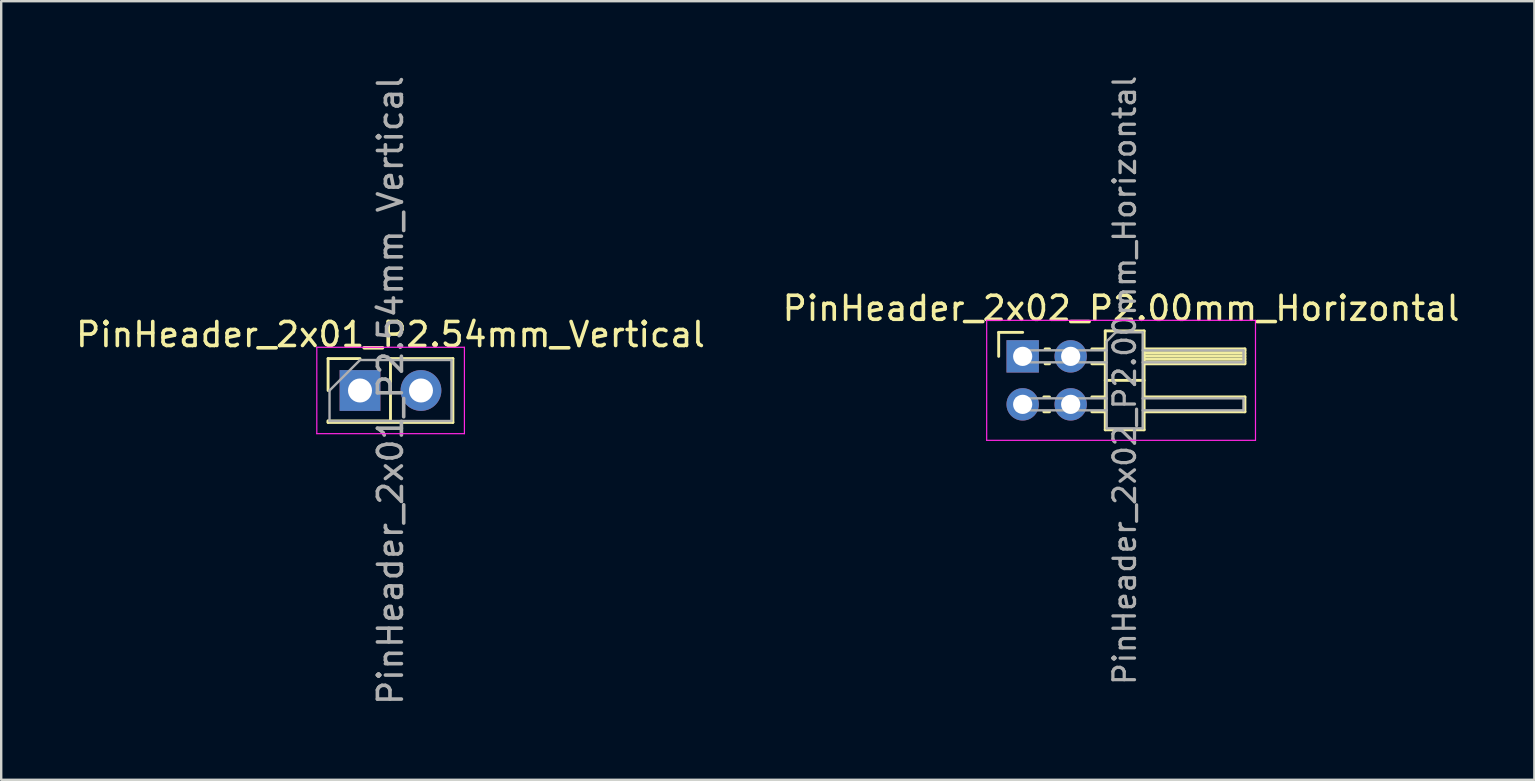
<source format=kicad_pcb>
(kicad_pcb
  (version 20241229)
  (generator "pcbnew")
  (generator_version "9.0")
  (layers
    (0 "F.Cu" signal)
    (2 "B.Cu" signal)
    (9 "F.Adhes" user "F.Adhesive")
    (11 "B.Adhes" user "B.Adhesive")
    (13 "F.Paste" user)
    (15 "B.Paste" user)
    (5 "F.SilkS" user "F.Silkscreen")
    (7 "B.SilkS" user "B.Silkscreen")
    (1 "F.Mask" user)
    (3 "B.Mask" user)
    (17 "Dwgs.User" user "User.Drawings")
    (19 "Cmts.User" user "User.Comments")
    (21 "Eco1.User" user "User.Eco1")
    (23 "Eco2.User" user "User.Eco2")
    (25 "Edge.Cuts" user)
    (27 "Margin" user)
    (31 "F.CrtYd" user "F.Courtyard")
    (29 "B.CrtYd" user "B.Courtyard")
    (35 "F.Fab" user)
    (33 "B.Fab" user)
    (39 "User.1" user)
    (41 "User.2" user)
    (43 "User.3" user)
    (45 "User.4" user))
  (footprint "PinHeader_2x01_P2.54mm_Vertical"
    (layer "F.Cu")
    (at 11.95 13.22)
    (property "Reference" "PinHeader_2x01_P2.54mm_Vertical" (at 1.27 -2.33 0) (layer "F.SilkS") (effects (font (size 1 1) (thickness 0.15))))
    (attr through_hole)
    (fp_line (start -1.33 -1.33) (end 0 -1.33) (stroke (width 0.12) (type solid)) (layer "F.SilkS"))
    (fp_line (start -1.33 0) (end -1.33 -1.33) (stroke (width 0.12) (type solid)) (layer "F.SilkS"))
    (fp_line (start -1.33 1.27) (end -1.33 1.33) (stroke (width 0.12) (type solid)) (layer "F.SilkS"))
    (fp_line (start -1.33 1.27) (end 1.27 1.27) (stroke (width 0.12) (type solid)) (layer "F.SilkS"))
    (fp_line (start -1.33 1.33) (end 3.87 1.33) (stroke (width 0.12) (type solid)) (layer "F.SilkS"))
    (fp_line (start 1.27 -1.33) (end 3.87 -1.33) (stroke (width 0.12) (type solid)) (layer "F.SilkS"))
    (fp_line (start 1.27 1.27) (end 1.27 -1.33) (stroke (width 0.12) (type solid)) (layer "F.SilkS"))
    (fp_line (start 3.87 -1.33) (end 3.87 1.33) (stroke (width 0.12) (type solid)) (layer "F.SilkS"))
    (fp_line (start -1.8 -1.8) (end -1.8 1.8) (stroke (width 0.05) (type solid)) (layer "F.CrtYd"))
    (fp_line (start -1.8 1.8) (end 4.35 1.8) (stroke (width 0.05) (type solid)) (layer "F.CrtYd"))
    (fp_line (start 4.35 -1.8) (end -1.8 -1.8) (stroke (width 0.05) (type solid)) (layer "F.CrtYd"))
    (fp_line (start 4.35 1.8) (end 4.35 -1.8) (stroke (width 0.05) (type solid)) (layer "F.CrtYd"))
    (fp_line (start -1.27 0) (end 0 -1.27) (stroke (width 0.1) (type solid)) (layer "F.Fab"))
    (fp_line (start -1.27 1.27) (end -1.27 0) (stroke (width 0.1) (type solid)) (layer "F.Fab"))
    (fp_line (start 0 -1.27) (end 3.81 -1.27) (stroke (width 0.1) (type solid)) (layer "F.Fab"))
    (fp_line (start 3.81 -1.27) (end 3.81 1.27) (stroke (width 0.1) (type solid)) (layer "F.Fab"))
    (fp_line (start 3.81 1.27) (end -1.27 1.27) (stroke (width 0.1) (type solid)) (layer "F.Fab"))
    (fp_text user "${REFERENCE}" (at 1.27 0 90) (layer "F.Fab") (effects (font (size 1 1) (thickness 0.15))))
    (pad "1" thru_hole rect (at 0 0) (size 1.7 1.7) (drill 1) (layers "*.Cu" "*.Mask"))
    (pad "2" thru_hole oval (at 2.54 0) (size 1.7 1.7) (drill 1) (layers "*.Cu" "*.Mask")))
  (footprint "PinHeader_2x02_P2.00mm_Horizontal"
    (layer "F.Cu")
    (at 39.561 11.798)
    (property "Reference" "PinHeader_2x02_P2.00mm_Horizontal" (at 4.1 -2 0) (layer "F.SilkS") (effects (font (size 1 1) (thickness 0.15))))
    (attr through_hole)
    (fp_line (start -1 -1) (end 0 -1) (stroke (width 0.12) (type solid)) (layer "F.SilkS"))
    (fp_line (start -1 0) (end -1 -1) (stroke (width 0.12) (type solid)) (layer "F.SilkS"))
    (fp_line (start 0.882 1.69) (end 1.118 1.69) (stroke (width 0.12) (type solid)) (layer "F.SilkS"))
    (fp_line (start 0.882 2.31) (end 1.118 2.31) (stroke (width 0.12) (type solid)) (layer "F.SilkS"))
    (fp_line (start 0.935 -0.31) (end 1.118 -0.31) (stroke (width 0.12) (type solid)) (layer "F.SilkS"))
    (fp_line (start 0.935 0.31) (end 1.118 0.31) (stroke (width 0.12) (type solid)) (layer "F.SilkS"))
    (fp_line (start 2.882 -0.31) (end 3.44 -0.31) (stroke (width 0.12) (type solid)) (layer "F.SilkS"))
    (fp_line (start 2.882 0.31) (end 3.44 0.31) (stroke (width 0.12) (type solid)) (layer "F.SilkS"))
    (fp_line (start 2.882 1.69) (end 3.44 1.69) (stroke (width 0.12) (type solid)) (layer "F.SilkS"))
    (fp_line (start 2.882 2.31) (end 3.44 2.31) (stroke (width 0.12) (type solid)) (layer "F.SilkS"))
    (fp_line (start 3.44 -1.06) (end 3.44 3.06) (stroke (width 0.12) (type solid)) (layer "F.SilkS"))
    (fp_line (start 3.44 1) (end 5.06 1) (stroke (width 0.12) (type solid)) (layer "F.SilkS"))
    (fp_line (start 3.44 3.06) (end 5.06 3.06) (stroke (width 0.12) (type solid)) (layer "F.SilkS"))
    (fp_line (start 5.06 -1.06) (end 3.44 -1.06) (stroke (width 0.12) (type solid)) (layer "F.SilkS"))
    (fp_line (start 5.06 -0.31) (end 9.26 -0.31) (stroke (width 0.12) (type solid)) (layer "F.SilkS"))
    (fp_line (start 5.06 -0.25) (end 9.26 -0.25) (stroke (width 0.12) (type solid)) (layer "F.SilkS"))
    (fp_line (start 5.06 -0.13) (end 9.26 -0.13) (stroke (width 0.12) (type solid)) (layer "F.SilkS"))
    (fp_line (start 5.06 -0.01) (end 9.26 -0.01) (stroke (width 0.12) (type solid)) (layer "F.SilkS"))
    (fp_line (start 5.06 0.11) (end 9.26 0.11) (stroke (width 0.12) (type solid)) (layer "F.SilkS"))
    (fp_line (start 5.06 0.23) (end 9.26 0.23) (stroke (width 0.12) (type solid)) (layer "F.SilkS"))
    (fp_line (start 5.06 1.69) (end 9.26 1.69) (stroke (width 0.12) (type solid)) (layer "F.SilkS"))
    (fp_line (start 5.06 3.06) (end 5.06 -1.06) (stroke (width 0.12) (type solid)) (layer "F.SilkS"))
    (fp_line (start 9.26 -0.31) (end 9.26 0.31) (stroke (width 0.12) (type solid)) (layer "F.SilkS"))
    (fp_line (start 9.26 0.31) (end 5.06 0.31) (stroke (width 0.12) (type solid)) (layer "F.SilkS"))
    (fp_line (start 9.26 1.69) (end 9.26 2.31) (stroke (width 0.12) (type solid)) (layer "F.SilkS"))
    (fp_line (start 9.26 2.31) (end 5.06 2.31) (stroke (width 0.12) (type solid)) (layer "F.SilkS"))
    (fp_line (start -1.5 -1.5) (end -1.5 3.5) (stroke (width 0.05) (type solid)) (layer "F.CrtYd"))
    (fp_line (start -1.5 3.5) (end 9.7 3.5) (stroke (width 0.05) (type solid)) (layer "F.CrtYd"))
    (fp_line (start 9.7 -1.5) (end -1.5 -1.5) (stroke (width 0.05) (type solid)) (layer "F.CrtYd"))
    (fp_line (start 9.7 3.5) (end 9.7 -1.5) (stroke (width 0.05) (type solid)) (layer "F.CrtYd"))
    (fp_line (start -0.25 -0.25) (end -0.25 0.25) (stroke (width 0.1) (type solid)) (layer "F.Fab"))
    (fp_line (start -0.25 -0.25) (end 3.5 -0.25) (stroke (width 0.1) (type solid)) (layer "F.Fab"))
    (fp_line (start -0.25 0.25) (end 3.5 0.25) (stroke (width 0.1) (type solid)) (layer "F.Fab"))
    (fp_line (start -0.25 1.75) (end -0.25 2.25) (stroke (width 0.1) (type solid)) (layer "F.Fab"))
    (fp_line (start -0.25 1.75) (end 3.5 1.75) (stroke (width 0.1) (type solid)) (layer "F.Fab"))
    (fp_line (start -0.25 2.25) (end 3.5 2.25) (stroke (width 0.1) (type solid)) (layer "F.Fab"))
    (fp_line (start 3.5 -0.625) (end 3.875 -1) (stroke (width 0.1) (type solid)) (layer "F.Fab"))
    (fp_line (start 3.5 3) (end 3.5 -0.625) (stroke (width 0.1) (type solid)) (layer "F.Fab"))
    (fp_line (start 3.875 -1) (end 5 -1) (stroke (width 0.1) (type solid)) (layer "F.Fab"))
    (fp_line (start 5 -1) (end 5 3) (stroke (width 0.1) (type solid)) (layer "F.Fab"))
    (fp_line (start 5 -0.25) (end 9.2 -0.25) (stroke (width 0.1) (type solid)) (layer "F.Fab"))
    (fp_line (start 5 0.25) (end 9.2 0.25) (stroke (width 0.1) (type solid)) (layer "F.Fab"))
    (fp_line (start 5 1.75) (end 9.2 1.75) (stroke (width 0.1) (type solid)) (layer "F.Fab"))
    (fp_line (start 5 2.25) (end 9.2 2.25) (stroke (width 0.1) (type solid)) (layer "F.Fab"))
    (fp_line (start 5 3) (end 3.5 3) (stroke (width 0.1) (type solid)) (layer "F.Fab"))
    (fp_line (start 9.2 -0.25) (end 9.2 0.25) (stroke (width 0.1) (type solid)) (layer "F.Fab"))
    (fp_line (start 9.2 1.75) (end 9.2 2.25) (stroke (width 0.1) (type solid)) (layer "F.Fab"))
    (fp_text user "${REFERENCE}" (at 4.25 1 90) (layer "F.Fab") (effects (font (size 0.9 0.9) (thickness 0.135))))
    (pad "1" thru_hole rect (at 0 0) (size 1.35 1.35) (drill 0.8) (layers "*.Cu" "*.Mask"))
    (pad "2" thru_hole oval (at 2 0) (size 1.35 1.35) (drill 0.8) (layers "*.Cu" "*.Mask"))
    (pad "3" thru_hole oval (at 0 2) (size 1.35 1.35) (drill 0.8) (layers "*.Cu" "*.Mask"))
    (pad "4" thru_hole oval (at 2 2) (size 1.35 1.35) (drill 0.8) (layers "*.Cu" "*.Mask")))
  (gr_rect
    (start -3 -3)
    (end 60.881 29.44)
    (stroke (width 0.1) (type default))
    (fill no)
    (layer "Edge.Cuts")))
</source>
